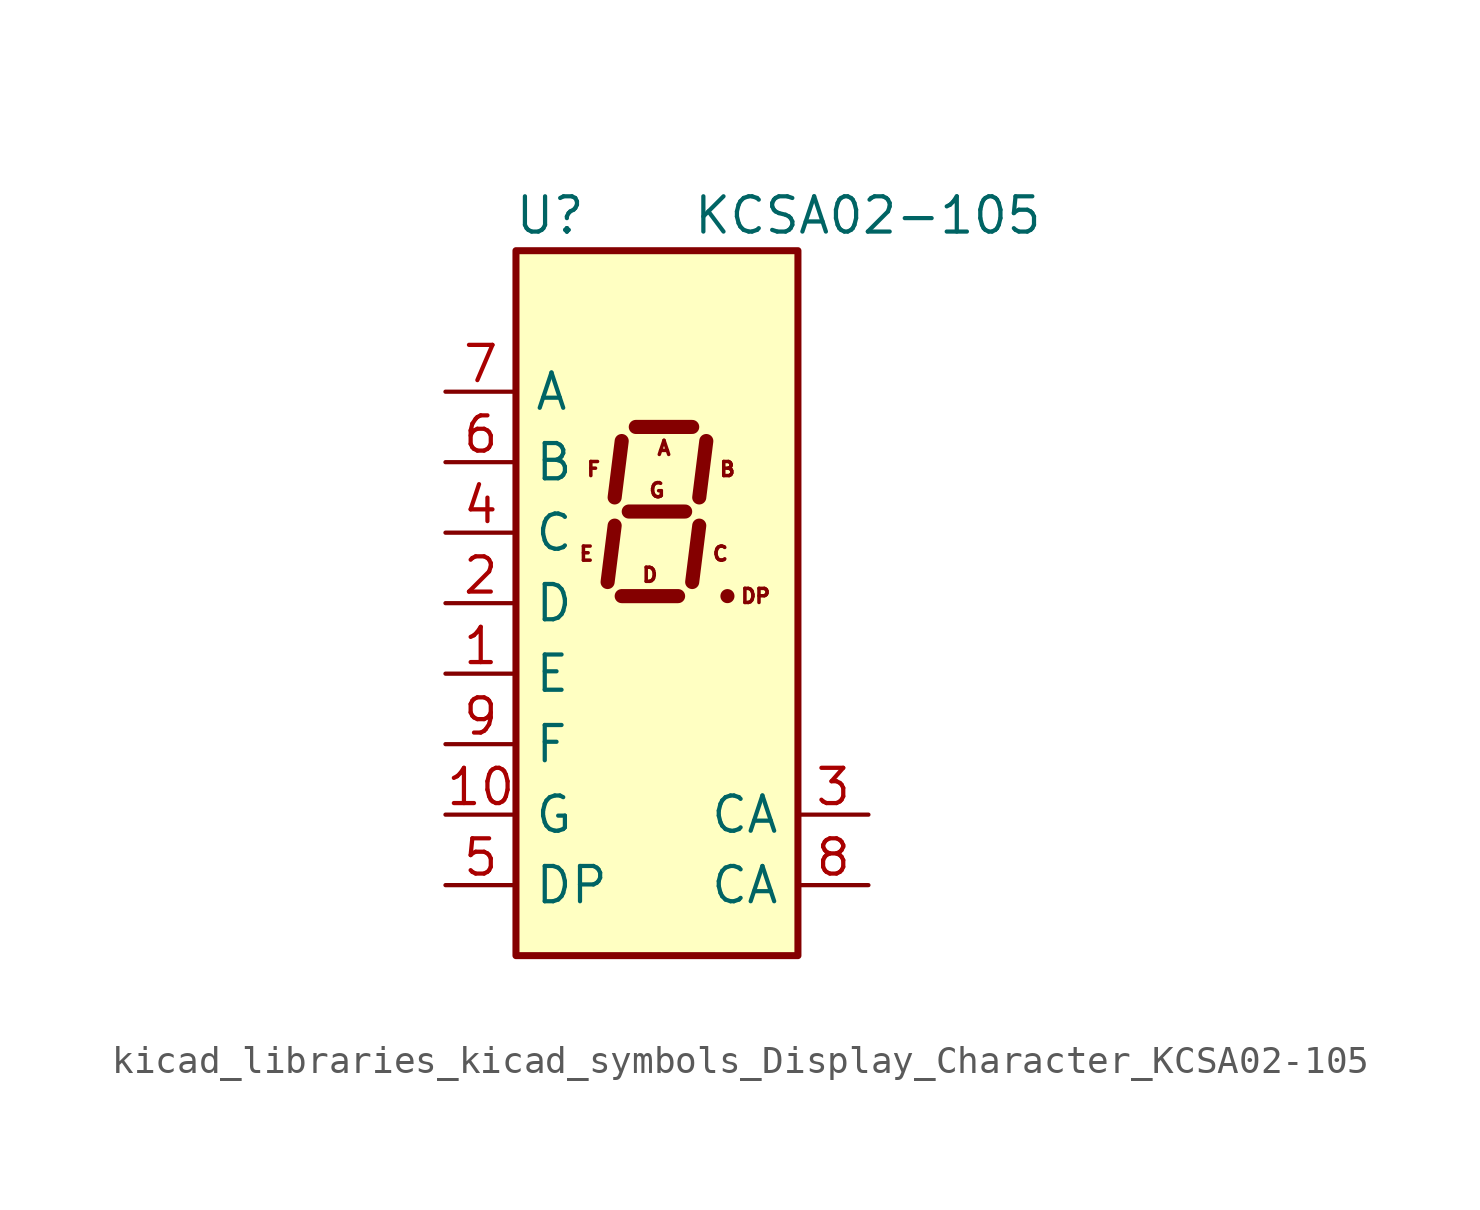
<source format=kicad_sym>
(kicad_symbol_lib
  (version 20220914)
  (generator kicad_symbol_editor)
  (symbol "kicad_libraries_kicad_symbols_Display_Character_KCSA02-105"
    (pin_names
      (offset 0.635))
    (property "Reference" "U"
      (at -2.54 13.97 0)
      (effects (font (size 1.27 1.27)) (justify right)))
    (property "Value" "KCSA02-105"
      (at 1.27 13.97 0)
      (effects (font (size 1.27 1.27)) (justify left)))
    (symbol "kicad_libraries_kicad_symbols_Display_Character_KCSA02-105_0_0"
      (text "A" (at 0.254 5.588 0) (effects (font (size 0.508 0.508))))
      (text "B" (at 2.54 4.826 0) (effects (font (size 0.508 0.508))))
      (text "C" (at 2.286 1.778 0) (effects (font (size 0.508 0.508))))
      (text "D" (at -0.254 1.016 0) (effects (font (size 0.508 0.508))))
      (text "DP" (at 3.556 0.254 0) (effects (font (size 0.508 0.508))))
      (text "E" (at -2.54 1.778 0) (effects (font (size 0.508 0.508))))
      (text "F" (at -2.286 4.826 0) (effects (font (size 0.508 0.508))))
      (text "G" (at 0 4.064 0) (effects (font (size 0.508 0.508)))))
    (symbol "kicad_libraries_kicad_symbols_Display_Character_KCSA02-105_0_1"
      (rectangle (start -5.08 12.7) (end 5.08 -12.7) (stroke (width 0.254) (type default)) (fill (type background)))
      (polyline (pts (xy -1.524 2.794) (xy -1.778 0.762)) (stroke (width 0.508) (type default)) (fill (type none)))
      (polyline (pts (xy -1.27 0.254) (xy 0.762 0.254)) (stroke (width 0.508) (type default)) (fill (type none)))
      (polyline (pts (xy -1.27 5.842) (xy -1.524 3.81)) (stroke (width 0.508) (type default)) (fill (type none)))
      (polyline (pts (xy -1.016 3.302) (xy 1.016 3.302)) (stroke (width 0.508) (type default)) (fill (type none)))
      (polyline (pts (xy -0.762 6.35) (xy 1.27 6.35)) (stroke (width 0.508) (type default)) (fill (type none)))
      (polyline (pts (xy 1.524 2.794) (xy 1.27 0.762)) (stroke (width 0.508) (type default)) (fill (type none)))
      (polyline (pts (xy 1.778 5.842) (xy 1.524 3.81)) (stroke (width 0.508) (type default)) (fill (type none)))
      (polyline (pts (xy 2.54 0.254) (xy 2.54 0.254)) (stroke (width 0.508) (type default)) (fill (type none))))
    (symbol "kicad_libraries_kicad_symbols_Display_Character_KCSA02-105_1_1"
      (pin input line (at -7.62 -2.54 0) (length 2.54) (name "E" (effects (font (size 1.27 1.27)))) (number "1" (effects (font (size 1.27 1.27)))))
      (pin input line (at -7.62 -7.62 0) (length 2.54) (name "G" (effects (font (size 1.27 1.27)))) (number "10" (effects (font (size 1.27 1.27)))))
      (pin input line (at -7.62 0 0) (length 2.54) (name "D" (effects (font (size 1.27 1.27)))) (number "2" (effects (font (size 1.27 1.27)))))
      (pin input line (at 7.62 -7.62 180) (length 2.54) (name "CA" (effects (font (size 1.27 1.27)))) (number "3" (effects (font (size 1.27 1.27)))))
      (pin input line (at -7.62 2.54 0) (length 2.54) (name "C" (effects (font (size 1.27 1.27)))) (number "4" (effects (font (size 1.27 1.27)))))
      (pin input line (at -7.62 -10.16 0) (length 2.54) (name "DP" (effects (font (size 1.27 1.27)))) (number "5" (effects (font (size 1.27 1.27)))))
      (pin input line (at -7.62 5.08 0) (length 2.54) (name "B" (effects (font (size 1.27 1.27)))) (number "6" (effects (font (size 1.27 1.27)))))
      (pin input line (at -7.62 7.62 0) (length 2.54) (name "A" (effects (font (size 1.27 1.27)))) (number "7" (effects (font (size 1.27 1.27)))))
      (pin input line (at 7.62 -10.16 180) (length 2.54) (name "CA" (effects (font (size 1.27 1.27)))) (number "8" (effects (font (size 1.27 1.27)))))
      (pin input line (at -7.62 -5.08 0) (length 2.54) (name "F" (effects (font (size 1.27 1.27)))) (number "9" (effects (font (size 1.27 1.27))))))))
</source>
